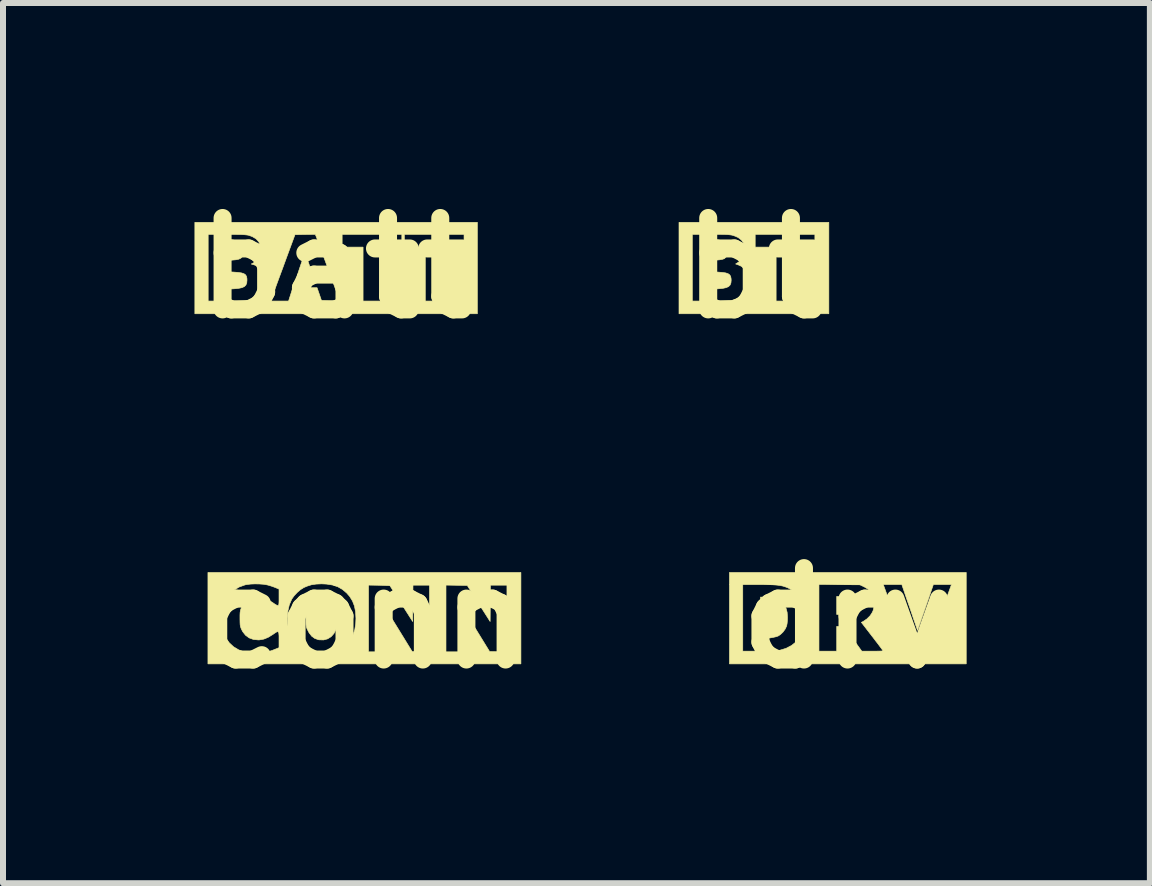
<source format=kicad_pcb>
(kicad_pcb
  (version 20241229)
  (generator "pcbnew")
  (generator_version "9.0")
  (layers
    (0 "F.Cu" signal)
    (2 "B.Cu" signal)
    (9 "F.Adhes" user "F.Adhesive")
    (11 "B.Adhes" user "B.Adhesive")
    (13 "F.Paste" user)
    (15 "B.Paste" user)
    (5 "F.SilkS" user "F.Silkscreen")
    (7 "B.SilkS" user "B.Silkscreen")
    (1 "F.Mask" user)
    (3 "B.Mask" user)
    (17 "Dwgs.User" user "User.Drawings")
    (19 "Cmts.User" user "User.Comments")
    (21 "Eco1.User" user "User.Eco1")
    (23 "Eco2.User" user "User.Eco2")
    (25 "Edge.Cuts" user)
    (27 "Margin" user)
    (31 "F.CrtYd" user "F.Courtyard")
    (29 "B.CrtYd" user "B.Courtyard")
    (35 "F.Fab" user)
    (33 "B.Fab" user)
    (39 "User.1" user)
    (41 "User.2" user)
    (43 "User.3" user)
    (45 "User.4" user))
  (footprint "bt"
    (layer "F.Cu")
    (at 9.517 1.418)
    (property "Reference" "bt" (at 0 0 0) (layer "F.SilkS") (effects (font (size 1.524 1.524) (thickness 0.3))))
    (attr through_hole)
    (fp_poly (pts (xy -0.622 -0.356) (xy -0.564 -0.351) (xy -0.523 -0.344) (xy -0.497 -0.335) (xy -0.487 -0.329) (xy -0.46 -0.298) (xy -0.448 -0.259) (xy -0.45 -0.218) (xy -0.466 -0.182) (xy -0.492 -0.157) (xy -0.524 -0.146) (xy -0.573 -0.137) (xy -0.627 -0.132) (xy -0.73 -0.124) (xy -0.73 -0.363) (xy -0.622 -0.356)) (stroke (width 0.01) (type solid)) (fill yes) (layer "F.SilkS"))
    (fp_poly (pts (xy -0.603 0.067) (xy -0.528 0.073) (xy -0.471 0.081) (xy -0.431 0.094) (xy -0.404 0.113) (xy -0.388 0.139) (xy -0.381 0.174) (xy -0.379 0.202) (xy -0.383 0.247) (xy -0.397 0.283) (xy -0.423 0.309) (xy -0.464 0.327) (xy -0.52 0.339) (xy -0.595 0.346) (xy -0.611 0.347) (xy -0.73 0.352) (xy -0.73 0.06) (xy -0.603 0.067)) (stroke (width 0.01) (type solid)) (fill yes) (layer "F.SilkS"))
    (fp_poly (pts (xy 1.249 0.762) (xy -1.249 0.762) (xy -1.249 -0.561) (xy -1.027 -0.561) (xy -1.027 0.55) (xy -0.726 0.55) (xy -0.646 0.55) (xy -0.569 0.549) (xy -0.5 0.547) (xy -0.442 0.545) (xy -0.398 0.543) (xy -0.372 0.54) (xy -0.371 0.54) (xy -0.286 0.514) (xy -0.21 0.471) (xy -0.146 0.413) (xy -0.108 0.361) (xy -0.088 0.312) (xy -0.077 0.251) (xy -0.074 0.187) (xy -0.081 0.127) (xy -0.089 0.101) (xy -0.117 0.053) (xy -0.159 0.007) (xy -0.211 -0.03) (xy -0.252 -0.049) (xy -0.305 -0.068) (xy -0.259 -0.097) (xy -0.207 -0.139) (xy -0.172 -0.19) (xy -0.154 -0.253) (xy -0.15 -0.291) (xy -0.149 -0.338) (xy -0.153 -0.372) (xy -0.163 -0.401) (xy -0.168 -0.409) (xy -0.208 -0.466) (xy -0.265 -0.51) (xy -0.334 -0.539) (xy -0.356 -0.546) (xy -0.379 -0.551) (xy -0.404 -0.554) (xy -0.435 -0.557) (xy -0.475 -0.559) (xy -0.527 -0.56) (xy -0.592 -0.561) (xy -0.676 -0.561) (xy -0.715 -0.561) (xy 0.021 -0.561) (xy 0.021 -0.349) (xy 0.37 -0.349) (xy 0.37 0.55) (xy 0.667 0.55) (xy 0.667 -0.349) (xy 1.016 -0.349) (xy 1.016 -0.561) (xy 0.021 -0.561) (xy -0.715 -0.561) (xy -1.027 -0.561) (xy -1.249 -0.561) (xy -1.249 -0.762) (xy 1.249 -0.762) (xy 1.249 0.762)) (stroke (width 0.01) (type solid)) (fill yes) (layer "F.SilkS")))
  (footprint "conn"
    (layer "F.Cu")
    (at 3.019 7.254)
    (property "Reference" "conn" (at 0 0 0) (layer "F.SilkS") (effects (font (size 1.524 1.524) (thickness 0.3))))
    (attr through_hole)
    (fp_poly (pts (xy -0.632 -0.343) (xy -0.571 -0.315) (xy -0.52 -0.269) (xy -0.479 -0.204) (xy -0.465 -0.173) (xy -0.449 -0.114) (xy -0.441 -0.042) (xy -0.44 0.034) (xy -0.447 0.107) (xy -0.461 0.171) (xy -0.465 0.183) (xy -0.502 0.255) (xy -0.55 0.309) (xy -0.608 0.345) (xy -0.675 0.363) (xy -0.749 0.361) (xy -0.762 0.359) (xy -0.822 0.338) (xy -0.873 0.301) (xy -0.916 0.246) (xy -0.931 0.218) (xy -0.946 0.187) (xy -0.957 0.163) (xy -0.963 0.139) (xy -0.967 0.111) (xy -0.968 0.073) (xy -0.968 0.02) (xy -0.968 0.006) (xy -0.968 -0.051) (xy -0.967 -0.092) (xy -0.964 -0.123) (xy -0.958 -0.148) (xy -0.948 -0.173) (xy -0.935 -0.202) (xy -0.897 -0.266) (xy -0.851 -0.311) (xy -0.795 -0.339) (xy -0.727 -0.351) (xy -0.703 -0.352) (xy -0.632 -0.343)) (stroke (width 0.01) (type solid)) (fill yes) (layer "F.SilkS"))
    (fp_poly (pts (xy 2.614 0.762) (xy -2.603 0.762) (xy -2.603 0.011) (xy -2.381 0.011) (xy -2.372 0.129) (xy -2.347 0.235) (xy -2.305 0.329) (xy -2.248 0.41) (xy -2.176 0.477) (xy -2.089 0.529) (xy -1.99 0.565) (xy -1.941 0.574) (xy -1.878 0.579) (xy -1.808 0.581) (xy -1.738 0.58) (xy -1.675 0.575) (xy -1.625 0.566) (xy -1.624 0.566) (xy -1.58 0.553) (xy -1.528 0.536) (xy -1.49 0.521) (xy -1.418 0.492) (xy -1.418 0.357) (xy -1.418 0.296) (xy -1.421 0.255) (xy -1.427 0.232) (xy -1.439 0.224) (xy -1.46 0.231) (xy -1.49 0.25) (xy -1.52 0.271) (xy -1.598 0.319) (xy -1.671 0.349) (xy -1.743 0.362) (xy -1.762 0.363) (xy -1.845 0.355) (xy -1.916 0.329) (xy -1.976 0.285) (xy -2.024 0.224) (xy -2.041 0.191) (xy -2.053 0.164) (xy -2.061 0.138) (xy -2.066 0.11) (xy -2.068 0.072) (xy -2.069 0.021) (xy -2.069 0.005) (xy -2.069 -0.014) (xy -1.28 -0.014) (xy -1.275 0.093) (xy -1.257 0.196) (xy -1.224 0.29) (xy -1.209 0.321) (xy -1.157 0.397) (xy -1.088 0.464) (xy -1.005 0.518) (xy -0.914 0.558) (xy -0.887 0.566) (xy -0.838 0.574) (xy -0.776 0.58) (xy -0.707 0.581) (xy -0.638 0.579) (xy -0.577 0.574) (xy -0.534 0.566) (xy -0.52 0.561) (xy 0.074 0.561) (xy 0.349 0.561) (xy 0.355 -0.169) (xy 0.578 0.193) (xy 0.801 0.556) (xy 1.09 0.562) (xy 1.09 0.561) (xy 1.365 0.561) (xy 1.64 0.561) (xy 1.646 -0.169) (xy 1.869 0.193) (xy 2.092 0.556) (xy 2.381 0.562) (xy 2.381 -0.55) (xy 2.106 -0.55) (xy 2.101 0.056) (xy 1.91 -0.244) (xy 1.72 -0.545) (xy 1.365 -0.551) (xy 1.365 0.561) (xy 1.09 0.561) (xy 1.09 -0.55) (xy 0.815 -0.55) (xy 0.81 0.056) (xy 0.619 -0.244) (xy 0.428 -0.545) (xy 0.251 -0.548) (xy 0.074 -0.551) (xy 0.074 0.561) (xy -0.52 0.561) (xy -0.44 0.534) (xy -0.359 0.487) (xy -0.29 0.429) (xy -0.23 0.359) (xy -0.186 0.281) (xy -0.156 0.195) (xy -0.14 0.095) (xy -0.136 0.005) (xy -0.142 -0.106) (xy -0.161 -0.203) (xy -0.194 -0.287) (xy -0.241 -0.363) (xy -0.29 -0.419) (xy -0.361 -0.479) (xy -0.438 -0.523) (xy -0.525 -0.552) (xy -0.625 -0.568) (xy -0.709 -0.572) (xy -0.8 -0.568) (xy -0.879 -0.556) (xy -0.951 -0.533) (xy -1.003 -0.511) (xy -1.059 -0.476) (xy -1.115 -0.428) (xy -1.166 -0.373) (xy -1.206 -0.317) (xy -1.209 -0.31) (xy -1.247 -0.221) (xy -1.27 -0.12) (xy -1.28 -0.014) (xy -2.069 -0.014) (xy -2.069 -0.052) (xy -2.067 -0.093) (xy -2.062 -0.124) (xy -2.055 -0.15) (xy -2.044 -0.177) (xy -2.044 -0.178) (xy -2.016 -0.224) (xy -1.979 -0.268) (xy -1.968 -0.279) (xy -1.904 -0.323) (xy -1.834 -0.347) (xy -1.758 -0.353) (xy -1.679 -0.339) (xy -1.598 -0.306) (xy -1.517 -0.255) (xy -1.511 -0.25) (xy -1.48 -0.229) (xy -1.453 -0.215) (xy -1.439 -0.212) (xy -1.431 -0.213) (xy -1.425 -0.219) (xy -1.421 -0.233) (xy -1.419 -0.258) (xy -1.418 -0.298) (xy -1.418 -0.348) (xy -1.418 -0.484) (xy -1.484 -0.512) (xy -1.533 -0.53) (xy -1.587 -0.547) (xy -1.619 -0.555) (xy -1.677 -0.565) (xy -1.748 -0.57) (xy -1.822 -0.571) (xy -1.894 -0.568) (xy -1.956 -0.56) (xy -1.983 -0.555) (xy -2.083 -0.519) (xy -2.17 -0.467) (xy -2.243 -0.4) (xy -2.301 -0.319) (xy -2.344 -0.225) (xy -2.371 -0.119) (xy -2.381 -0.001) (xy -2.381 0.011) (xy -2.603 0.011) (xy -2.603 -0.762) (xy 2.614 -0.762) (xy 2.614 0.762)) (stroke (width 0.01) (type solid)) (fill yes) (layer "F.SilkS")))
  (footprint "batt"
    (layer "F.Cu")
    (at 2.547 1.418)
    (property "Reference" "batt" (at 0 0 0) (layer "F.SilkS") (effects (font (size 1.524 1.524) (thickness 0.3))))
    (attr through_hole)
    (fp_poly (pts (xy -0.513 -0.246) (xy -0.503 -0.224) (xy -0.489 -0.186) (xy -0.471 -0.137) (xy -0.451 -0.079) (xy -0.448 -0.069) (xy -0.383 0.127) (xy -0.644 0.127) (xy -0.583 -0.056) (xy -0.563 -0.115) (xy -0.546 -0.167) (xy -0.531 -0.21) (xy -0.522 -0.24) (xy -0.518 -0.252) (xy -0.513 -0.246)) (stroke (width 0.01) (type solid)) (fill yes) (layer "F.SilkS"))
    (fp_poly (pts (xy -1.722 -0.356) (xy -1.665 -0.351) (xy -1.626 -0.345) (xy -1.599 -0.336) (xy -1.587 -0.33) (xy -1.558 -0.296) (xy -1.547 -0.253) (xy -1.551 -0.215) (xy -1.563 -0.185) (xy -1.583 -0.164) (xy -1.616 -0.148) (xy -1.663 -0.138) (xy -1.728 -0.132) (xy -1.831 -0.124) (xy -1.831 -0.363) (xy -1.722 -0.356)) (stroke (width 0.01) (type solid)) (fill yes) (layer "F.SilkS"))
    (fp_poly (pts (xy -1.704 0.067) (xy -1.628 0.073) (xy -1.572 0.081) (xy -1.531 0.094) (xy -1.504 0.113) (xy -1.488 0.139) (xy -1.481 0.174) (xy -1.48 0.202) (xy -1.484 0.247) (xy -1.498 0.283) (xy -1.524 0.309) (xy -1.564 0.327) (xy -1.621 0.339) (xy -1.696 0.346) (xy -1.712 0.347) (xy -1.831 0.352) (xy -1.831 0.06) (xy -1.704 0.067)) (stroke (width 0.01) (type solid)) (fill yes) (layer "F.SilkS"))
    (fp_poly (pts (xy 2.36 0.762) (xy -2.349 0.762) (xy -2.349 0.55) (xy -2.127 0.55) (xy -1.088 0.55) (xy -0.787 0.55) (xy -0.716 0.328) (xy -0.312 0.328) (xy -0.274 0.437) (xy -0.237 0.545) (xy -0.087 0.548) (xy -0.033 0.548) (xy 0.012 0.548) (xy 0.045 0.546) (xy 0.062 0.544) (xy 0.064 0.542) (xy 0.06 0.532) (xy 0.05 0.503) (xy 0.034 0.459) (xy 0.014 0.402) (xy -0.011 0.334) (xy -0.039 0.257) (xy -0.069 0.174) (xy -0.101 0.086) (xy -0.134 -0.003) (xy -0.167 -0.093) (xy -0.199 -0.18) (xy -0.229 -0.263) (xy -0.257 -0.338) (xy -0.282 -0.405) (xy -0.303 -0.461) (xy -0.318 -0.503) (xy -0.328 -0.529) (xy -0.33 -0.532) (xy -0.341 -0.561) (xy 0.106 -0.561) (xy 0.106 -0.349) (xy 0.455 -0.349) (xy 0.455 0.55) (xy 0.751 0.55) (xy 0.751 -0.349) (xy 1.101 -0.349) (xy 1.101 -0.561) (xy 1.143 -0.561) (xy 1.143 -0.349) (xy 1.492 -0.349) (xy 1.492 0.55) (xy 1.789 0.55) (xy 1.789 -0.349) (xy 2.138 -0.349) (xy 2.138 -0.561) (xy 1.143 -0.561) (xy 1.101 -0.561) (xy 0.106 -0.561) (xy -0.341 -0.561) (xy -0.341 -0.561) (xy -0.511 -0.559) (xy -0.68 -0.556) (xy -0.817 -0.185) (xy -0.851 -0.092) (xy -0.886 0.004) (xy -0.921 0.098) (xy -0.954 0.187) (xy -0.983 0.266) (xy -1.007 0.332) (xy -1.02 0.368) (xy -1.088 0.55) (xy -2.127 0.55) (xy -1.818 0.55) (xy -1.734 0.55) (xy -1.656 0.549) (xy -1.587 0.547) (xy -1.53 0.545) (xy -1.487 0.542) (xy -1.462 0.539) (xy -1.461 0.539) (xy -1.385 0.513) (xy -1.314 0.473) (xy -1.254 0.423) (xy -1.21 0.366) (xy -1.204 0.355) (xy -1.187 0.308) (xy -1.178 0.25) (xy -1.176 0.189) (xy -1.181 0.134) (xy -1.19 0.103) (xy -1.225 0.04) (xy -1.277 -0.011) (xy -1.341 -0.046) (xy -1.364 -0.054) (xy -1.409 -0.067) (xy -1.373 -0.086) (xy -1.319 -0.125) (xy -1.279 -0.179) (xy -1.255 -0.244) (xy -1.249 -0.307) (xy -1.258 -0.378) (xy -1.284 -0.438) (xy -1.329 -0.487) (xy -1.391 -0.524) (xy -1.455 -0.547) (xy -1.48 -0.551) (xy -1.518 -0.555) (xy -1.569 -0.558) (xy -1.636 -0.559) (xy -1.722 -0.56) (xy -1.818 -0.561) (xy -2.127 -0.561) (xy -2.127 0.55) (xy -2.349 0.55) (xy -2.349 -0.762) (xy 2.36 -0.762) (xy 2.36 0.762)) (stroke (width 0.01) (type solid)) (fill yes) (layer "F.SilkS")))
  (footprint "drv"
    (layer "F.Cu")
    (at 11.077 7.254)
    (property "Reference" "drv" (at 0 0 0) (layer "F.SilkS") (effects (font (size 1.524 1.524) (thickness 0.3))))
    (attr through_hole)
    (fp_poly (pts (xy -0.067 -0.356) (xy 0.003 -0.35) (xy 0.055 -0.34) (xy 0.092 -0.326) (xy 0.117 -0.305) (xy 0.133 -0.277) (xy 0.135 -0.27) (xy 0.143 -0.217) (xy 0.133 -0.166) (xy 0.107 -0.124) (xy 0.066 -0.093) (xy 0.059 -0.089) (xy 0.034 -0.083) (xy -0.006 -0.076) (xy -0.053 -0.07) (xy -0.077 -0.068) (xy -0.18 -0.061) (xy -0.18 -0.363) (xy -0.067 -0.356)) (stroke (width 0.01) (type solid)) (fill yes) (layer "F.SilkS"))
    (fp_poly (pts (xy -1.347 -0.345) (xy -1.27 -0.337) (xy -1.209 -0.325) (xy -1.16 -0.306) (xy -1.117 -0.28) (xy -1.098 -0.264) (xy -1.053 -0.216) (xy -1.023 -0.161) (xy -1.006 -0.096) (xy -1.001 -0.016) (xy -1.002 0.034) (xy -1.006 0.083) (xy -1.013 0.122) (xy -1.015 0.13) (xy -1.038 0.18) (xy -1.074 0.23) (xy -1.119 0.273) (xy -1.155 0.297) (xy -1.189 0.309) (xy -1.237 0.32) (xy -1.293 0.33) (xy -1.353 0.336) (xy -1.408 0.339) (xy -1.41 0.339) (xy -1.45 0.339) (xy -1.45 -0.352) (xy -1.347 -0.345)) (stroke (width 0.01) (type solid)) (fill yes) (layer "F.SilkS"))
    (fp_poly (pts (xy 1.979 0.762) (xy -1.968 0.762) (xy -1.968 -0.561) (xy -1.746 -0.561) (xy -1.746 0.55) (xy -0.476 0.55) (xy -0.18 0.55) (xy -0.18 0.137) (xy -0.059 0.143) (xy 0.09 0.346) (xy 0.238 0.55) (xy 0.415 0.55) (xy 0.474 0.55) (xy 0.524 0.549) (xy 0.563 0.548) (xy 0.587 0.546) (xy 0.593 0.545) (xy 0.586 0.535) (xy 0.569 0.511) (xy 0.542 0.475) (xy 0.507 0.428) (xy 0.465 0.374) (xy 0.419 0.313) (xy 0.412 0.305) (xy 0.231 0.07) (xy 0.261 0.055) (xy 0.323 0.013) (xy 0.377 -0.041) (xy 0.407 -0.086) (xy 0.424 -0.12) (xy 0.434 -0.152) (xy 0.44 -0.191) (xy 0.443 -0.235) (xy 0.444 -0.283) (xy 0.443 -0.316) (xy 0.437 -0.343) (xy 0.426 -0.371) (xy 0.419 -0.386) (xy 0.387 -0.438) (xy 0.347 -0.479) (xy 0.292 -0.514) (xy 0.265 -0.528) (xy 0.206 -0.556) (xy -0.135 -0.559) (xy -0.339 -0.561) (xy 0.596 -0.561) (xy 1 0.55) (xy 1.329 0.55) (xy 1.733 -0.561) (xy 1.431 -0.561) (xy 1.349 -0.32) (xy 1.322 -0.242) (xy 1.294 -0.161) (xy 1.267 -0.082) (xy 1.242 -0.011) (xy 1.222 0.047) (xy 1.217 0.062) (xy 1.167 0.204) (xy 1.091 -0.017) (xy 1.065 -0.095) (xy 1.036 -0.179) (xy 1.007 -0.262) (xy 0.981 -0.337) (xy 0.96 -0.399) (xy 0.905 -0.561) (xy 0.75 -0.561) (xy 0.596 -0.561) (xy -0.339 -0.561) (xy -0.476 -0.562) (xy -0.476 0.55) (xy -1.746 0.55) (xy -1.474 0.55) (xy -1.374 0.55) (xy -1.294 0.548) (xy -1.23 0.546) (xy -1.18 0.542) (xy -1.141 0.537) (xy -1.127 0.534) (xy -1.025 0.503) (xy -0.934 0.456) (xy -0.856 0.394) (xy -0.841 0.379) (xy -0.779 0.297) (xy -0.734 0.209) (xy -0.705 0.115) (xy -0.692 0.019) (xy -0.695 -0.078) (xy -0.714 -0.171) (xy -0.747 -0.26) (xy -0.794 -0.342) (xy -0.856 -0.413) (xy -0.931 -0.471) (xy -0.991 -0.504) (xy -1.032 -0.52) (xy -1.075 -0.534) (xy -1.121 -0.544) (xy -1.176 -0.551) (xy -1.24 -0.556) (xy -1.318 -0.559) (xy -1.412 -0.561) (xy -1.476 -0.561) (xy -1.746 -0.561) (xy -1.968 -0.561) (xy -1.968 -0.762) (xy 1.979 -0.762) (xy 1.979 0.762)) (stroke (width 0.01) (type solid)) (fill yes) (layer "F.SilkS")))
  (gr_rect
    (start -3 -3)
    (end 16.117 11.672)
    (stroke (width 0.1) (type default))
    (fill no)
    (layer "Edge.Cuts")))
</source>
